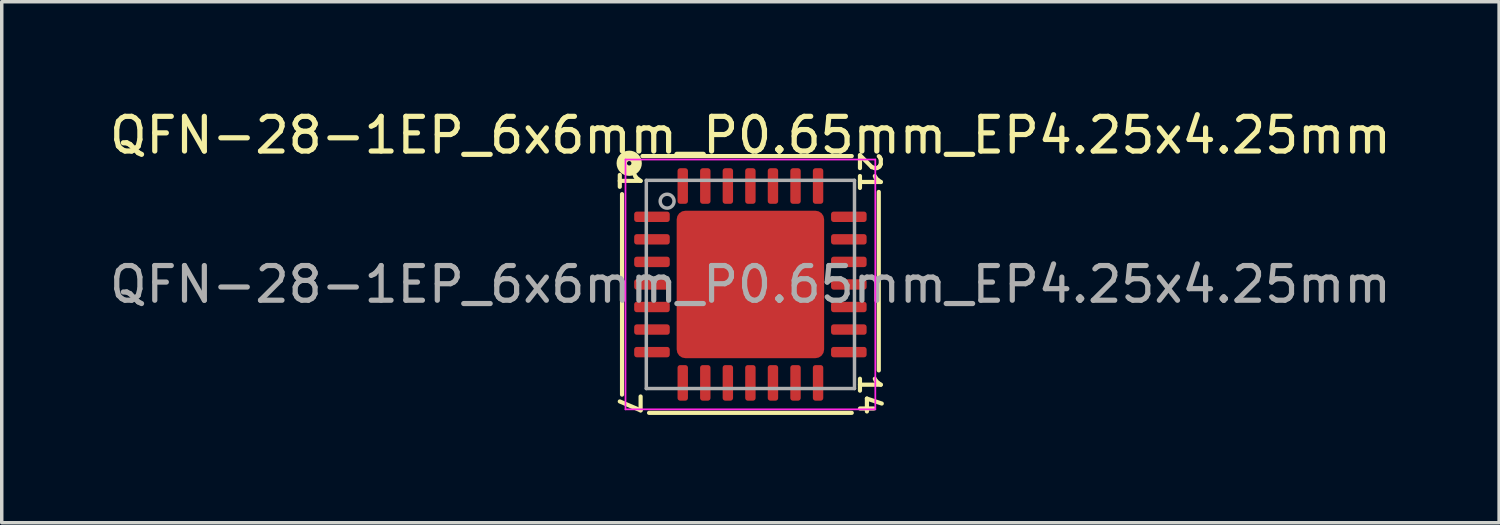
<source format=kicad_pcb>
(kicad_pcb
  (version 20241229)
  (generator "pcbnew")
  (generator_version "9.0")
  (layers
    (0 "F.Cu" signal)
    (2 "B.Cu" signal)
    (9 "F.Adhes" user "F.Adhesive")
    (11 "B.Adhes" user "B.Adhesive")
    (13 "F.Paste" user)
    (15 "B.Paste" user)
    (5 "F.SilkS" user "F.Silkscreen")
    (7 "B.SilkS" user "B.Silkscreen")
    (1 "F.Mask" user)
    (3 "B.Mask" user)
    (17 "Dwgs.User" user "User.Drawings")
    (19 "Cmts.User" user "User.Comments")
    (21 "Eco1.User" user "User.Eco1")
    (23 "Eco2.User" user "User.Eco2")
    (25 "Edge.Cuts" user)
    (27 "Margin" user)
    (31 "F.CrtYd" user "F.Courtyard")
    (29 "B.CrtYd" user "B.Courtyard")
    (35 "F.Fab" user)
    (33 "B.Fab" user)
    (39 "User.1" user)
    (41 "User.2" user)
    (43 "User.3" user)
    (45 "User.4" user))
  (footprint "QFN-28-1EP_6x6mm_P0.65mm_EP4.25x4.25mm"
    (layer "F.Cu")
    (at 18.577 5.148)
    (property "Reference" "QFN-28-1EP_6x6mm_P0.65mm_EP4.25x4.25mm" (at 0 -4.3 0) (layer "F.SilkS") (effects (font (size 1 1) (thickness 0.15))))
    (attr smd)
    (fp_line (start -3.7 -2.603) (end -3.7 3.175) (stroke (width 0.12) (type solid)) (layer "F.SilkS"))
    (fp_line (start -2.921 3.7) (end 2.921 3.7) (stroke (width 0.12) (type solid)) (layer "F.SilkS"))
    (fp_line (start 2.921 -3.7) (end -3.111 -3.7) (stroke (width 0.12) (type solid)) (layer "F.SilkS"))
    (fp_line (start 3.7 2.477) (end 3.7 -2.667) (stroke (width 0.12) (type solid)) (layer "F.SilkS"))
    (fp_circle (center -3.493 -3.493) (end -3.429 -3.493) (stroke (width 0.3) (type solid)) (fill no) (layer "F.SilkS"))
    (fp_line (start -3.6 -3.6) (end -3.6 3.6) (stroke (width 0.05) (type solid)) (layer "F.CrtYd"))
    (fp_line (start -3.6 3.6) (end 3.6 3.6) (stroke (width 0.05) (type solid)) (layer "F.CrtYd"))
    (fp_line (start 3.6 -3.6) (end -3.6 -3.6) (stroke (width 0.05) (type solid)) (layer "F.CrtYd"))
    (fp_line (start 3.6 3.6) (end 3.6 -3.6) (stroke (width 0.05) (type solid)) (layer "F.CrtYd"))
    (fp_line (start -3 -3) (end 3 -3) (stroke (width 0.1) (type solid)) (layer "F.Fab"))
    (fp_line (start -3 3) (end -3 -3) (stroke (width 0.1) (type solid)) (layer "F.Fab"))
    (fp_line (start 3 -3) (end 3 3) (stroke (width 0.1) (type solid)) (layer "F.Fab"))
    (fp_line (start 3 3) (end -3 3) (stroke (width 0.1) (type solid)) (layer "F.Fab"))
    (fp_circle (center -2.4 -2.4) (end -2.2 -2.4) (stroke (width 0.1) (type solid)) (fill no) (layer "F.Fab"))
    (fp_text user "14" (at 3.429 3.175 270) (unlocked yes) (layer "F.SilkS") (effects (font (size 0.6 0.6) (thickness 0.12))))
    (fp_text user "7" (at -3.493 3.429 270) (unlocked yes) (layer "F.SilkS") (effects (font (size 0.6 0.6) (thickness 0.12))))
    (fp_text user "21" (at 3.429 -3.239 270) (unlocked yes) (layer "F.SilkS") (effects (font (size 0.6 0.6) (thickness 0.12))))
    (fp_text user "1" (at -3.493 -2.985 270) (unlocked yes) (layer "F.SilkS") (effects (font (size 0.6 0.6) (thickness 0.12))))
    (fp_text user "${REFERENCE}" (at 0 0 0) (layer "F.Fab") (effects (font (size 1 1) (thickness 0.15))))
    (pad "" smd roundrect (at -1.42 -1.42) (size 1.14 1.14) (layers "F.Paste") (roundrect_rratio 0.219))
    (pad "" smd roundrect (at -1.42 0) (size 1.14 1.14) (layers "F.Paste") (roundrect_rratio 0.219))
    (pad "" smd roundrect (at -1.42 1.42) (size 1.14 1.14) (layers "F.Paste") (roundrect_rratio 0.219))
    (pad "" smd roundrect (at 0 -1.42) (size 1.14 1.14) (layers "F.Paste") (roundrect_rratio 0.219))
    (pad "" smd roundrect (at 0 0) (size 1.14 1.14) (layers "F.Paste") (roundrect_rratio 0.219))
    (pad "" smd roundrect (at 0 1.42) (size 1.14 1.14) (layers "F.Paste") (roundrect_rratio 0.219))
    (pad "" smd roundrect (at 1.42 -1.42) (size 1.14 1.14) (layers "F.Paste") (roundrect_rratio 0.219))
    (pad "" smd roundrect (at 1.42 0) (size 1.14 1.14) (layers "F.Paste") (roundrect_rratio 0.219))
    (pad "" smd roundrect (at 1.42 1.42) (size 1.14 1.14) (layers "F.Paste") (roundrect_rratio 0.219))
    (pad "1" smd roundrect (at -2.837 -1.95) (size 1.025 0.3) (layers "F.Cu" "F.Mask" "F.Paste") (roundrect_rratio 0.25))
    (pad "2" smd roundrect (at -2.837 -1.3) (size 1.025 0.3) (layers "F.Cu" "F.Mask" "F.Paste") (roundrect_rratio 0.25))
    (pad "3" smd roundrect (at -2.837 -0.65) (size 1.025 0.3) (layers "F.Cu" "F.Mask" "F.Paste") (roundrect_rratio 0.25))
    (pad "4" smd roundrect (at -2.837 0) (size 1.025 0.3) (layers "F.Cu" "F.Mask" "F.Paste") (roundrect_rratio 0.25))
    (pad "5" smd roundrect (at -2.837 0.65) (size 1.025 0.3) (layers "F.Cu" "F.Mask" "F.Paste") (roundrect_rratio 0.25))
    (pad "6" smd roundrect (at -2.837 1.3) (size 1.025 0.3) (layers "F.Cu" "F.Mask" "F.Paste") (roundrect_rratio 0.25))
    (pad "7" smd roundrect (at -2.837 1.95) (size 1.025 0.3) (layers "F.Cu" "F.Mask" "F.Paste") (roundrect_rratio 0.25))
    (pad "8" smd roundrect (at -1.95 2.837) (size 0.3 1.025) (layers "F.Cu" "F.Mask" "F.Paste") (roundrect_rratio 0.25))
    (pad "9" smd roundrect (at -1.3 2.837) (size 0.3 1.025) (layers "F.Cu" "F.Mask" "F.Paste") (roundrect_rratio 0.25))
    (pad "10" smd roundrect (at -0.65 2.837) (size 0.3 1.025) (layers "F.Cu" "F.Mask" "F.Paste") (roundrect_rratio 0.25))
    (pad "11" smd roundrect (at 0 2.837) (size 0.3 1.025) (layers "F.Cu" "F.Mask" "F.Paste") (roundrect_rratio 0.25))
    (pad "12" smd roundrect (at 0.65 2.837) (size 0.3 1.025) (layers "F.Cu" "F.Mask" "F.Paste") (roundrect_rratio 0.25))
    (pad "13" smd roundrect (at 1.3 2.837) (size 0.3 1.025) (layers "F.Cu" "F.Mask" "F.Paste") (roundrect_rratio 0.25))
    (pad "14" smd roundrect (at 1.95 2.837) (size 0.3 1.025) (layers "F.Cu" "F.Mask" "F.Paste") (roundrect_rratio 0.25))
    (pad "15" smd roundrect (at 2.837 1.95) (size 1.025 0.3) (layers "F.Cu" "F.Mask" "F.Paste") (roundrect_rratio 0.25))
    (pad "16" smd roundrect (at 2.837 1.3) (size 1.025 0.3) (layers "F.Cu" "F.Mask" "F.Paste") (roundrect_rratio 0.25))
    (pad "17" smd roundrect (at 2.837 0.65) (size 1.025 0.3) (layers "F.Cu" "F.Mask" "F.Paste") (roundrect_rratio 0.25))
    (pad "18" smd roundrect (at 2.837 0) (size 1.025 0.3) (layers "F.Cu" "F.Mask" "F.Paste") (roundrect_rratio 0.25))
    (pad "19" smd roundrect (at 2.837 -0.65) (size 1.025 0.3) (layers "F.Cu" "F.Mask" "F.Paste") (roundrect_rratio 0.25))
    (pad "20" smd roundrect (at 2.837 -1.3) (size 1.025 0.3) (layers "F.Cu" "F.Mask" "F.Paste") (roundrect_rratio 0.25))
    (pad "21" smd roundrect (at 2.837 -1.95) (size 1.025 0.3) (layers "F.Cu" "F.Mask" "F.Paste") (roundrect_rratio 0.25))
    (pad "22" smd roundrect (at 1.95 -2.837) (size 0.3 1.025) (layers "F.Cu" "F.Mask" "F.Paste") (roundrect_rratio 0.25))
    (pad "23" smd roundrect (at 1.3 -2.837) (size 0.3 1.025) (layers "F.Cu" "F.Mask" "F.Paste") (roundrect_rratio 0.25))
    (pad "24" smd roundrect (at 0.65 -2.837) (size 0.3 1.025) (layers "F.Cu" "F.Mask" "F.Paste") (roundrect_rratio 0.25))
    (pad "25" smd roundrect (at 0 -2.837) (size 0.3 1.025) (layers "F.Cu" "F.Mask" "F.Paste") (roundrect_rratio 0.25))
    (pad "26" smd roundrect (at -0.65 -2.837) (size 0.3 1.025) (layers "F.Cu" "F.Mask" "F.Paste") (roundrect_rratio 0.25))
    (pad "27" smd roundrect (at -1.3 -2.837) (size 0.3 1.025) (layers "F.Cu" "F.Mask" "F.Paste") (roundrect_rratio 0.25))
    (pad "28" smd roundrect (at -1.95 -2.837) (size 0.3 1.025) (layers "F.Cu" "F.Mask" "F.Paste") (roundrect_rratio 0.25))
    (pad "29" smd roundrect (at 0 0) (size 4.25 4.25) (layers "F.Cu" "F.Mask") (roundrect_rratio 0.059)))
  (gr_rect
    (start -3 -3)
    (end 40.155 12.015)
    (stroke (width 0.1) (type default))
    (fill no)
    (layer "Edge.Cuts")))
</source>
